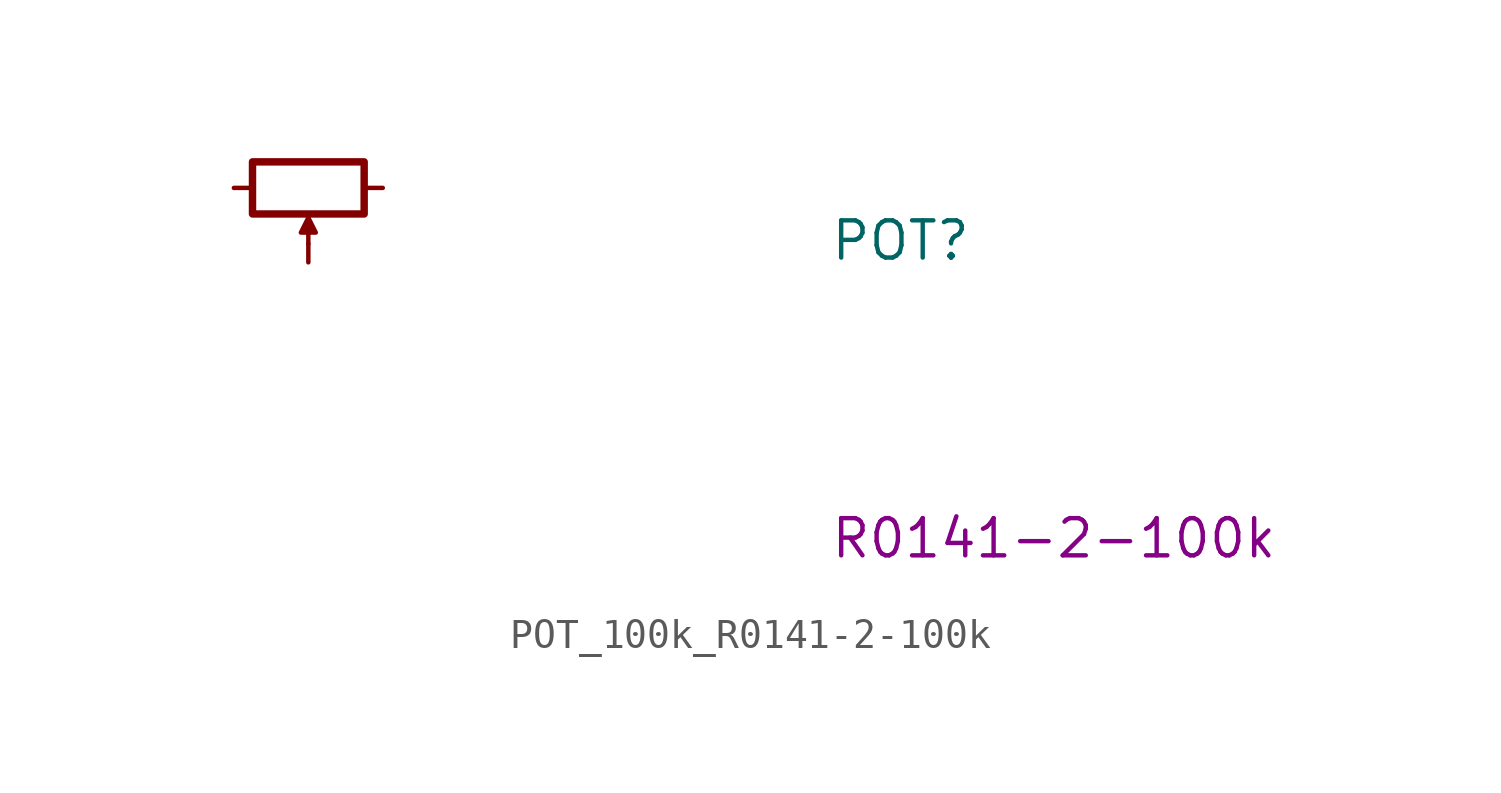
<source format=kicad_sym>
(kicad_symbol_lib
  (version 20220914)
  (generator kicad_symbol_editor)
  (symbol "POT_100k_R0141-2-100k"
    (pin_numbers hide)
    (property "Reference" "POT"
      (at 20.32 -2.54 0)
      (effects (font (size 1.27 1.27) (thickness 0.15)) (justify left bottom)))
    (property "MPN" "R0141-2-100k"
      (at 20.32 -12.7 0)
      (effects (font (size 1.27 1.27) (thickness 0.15)) (justify left bottom)))
    (symbol "POT_100k_R0141-2-100k_0_1"
      (polyline (pts (xy 2.54 -1.905) (xy 2.54 -1.016) (xy 2.794 -1.524) (xy 2.286 -1.524) (xy 2.54 -1.016)) (stroke (width 0) (type default)) (fill (type outline)))
      (rectangle (start 0.635 0.889) (end 4.445 -0.889) (stroke (width 0.254) (type default)) (fill (type none))))
    (symbol "POT_100k_R0141-2-100k_1_1"
      (pin passive line (at 0 0 0) (length 0.635) (name "~" (effects (font (size 1.27 1.27)))) (number "1" (effects (font (size 1.27 1.27)))))
      (pin passive line (at 5.08 0 180) (length 0.635) (name "~" (effects (font (size 1.27 1.27)))) (number "2" (effects (font (size 1.27 1.27)))))
      (pin passive line (at 2.54 -2.54 90) (length 0.635) (name "~" (effects (font (size 1.27 1.27)))) (number "3" (effects (font (size 1.27 1.27))))))))
</source>
